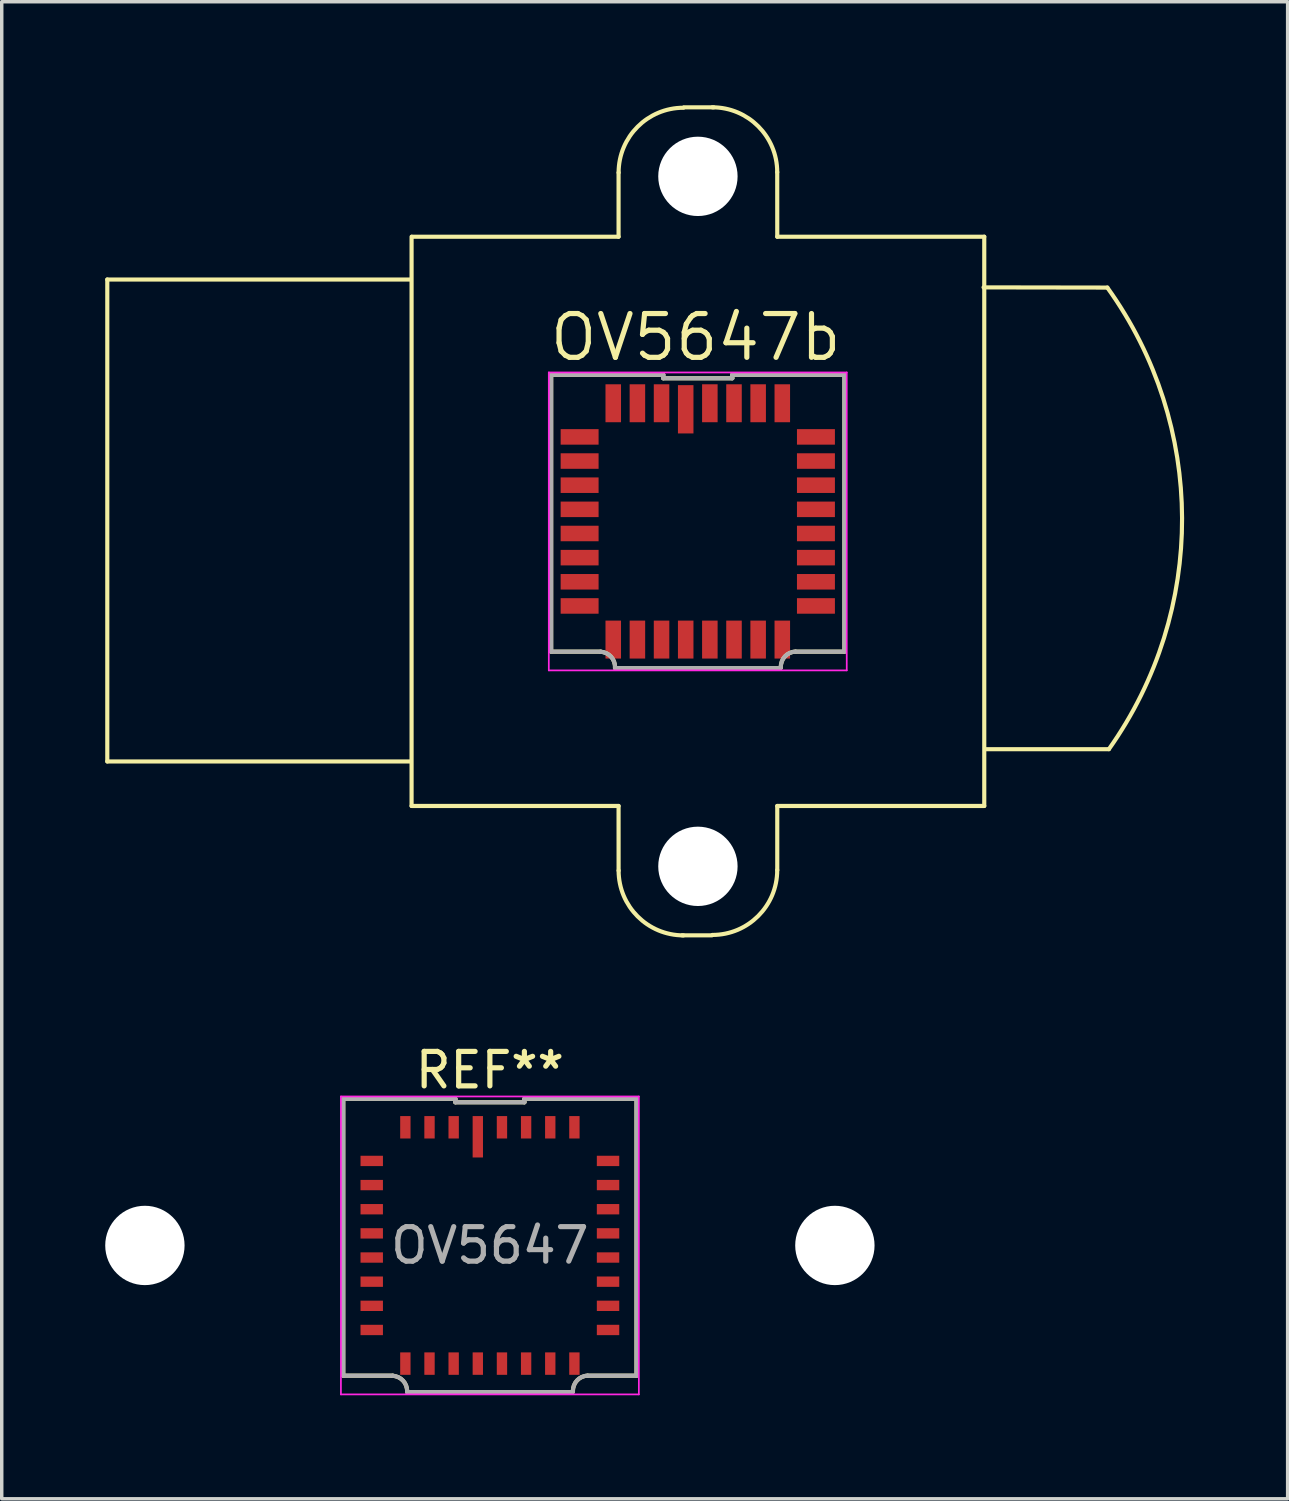
<source format=kicad_pcb>
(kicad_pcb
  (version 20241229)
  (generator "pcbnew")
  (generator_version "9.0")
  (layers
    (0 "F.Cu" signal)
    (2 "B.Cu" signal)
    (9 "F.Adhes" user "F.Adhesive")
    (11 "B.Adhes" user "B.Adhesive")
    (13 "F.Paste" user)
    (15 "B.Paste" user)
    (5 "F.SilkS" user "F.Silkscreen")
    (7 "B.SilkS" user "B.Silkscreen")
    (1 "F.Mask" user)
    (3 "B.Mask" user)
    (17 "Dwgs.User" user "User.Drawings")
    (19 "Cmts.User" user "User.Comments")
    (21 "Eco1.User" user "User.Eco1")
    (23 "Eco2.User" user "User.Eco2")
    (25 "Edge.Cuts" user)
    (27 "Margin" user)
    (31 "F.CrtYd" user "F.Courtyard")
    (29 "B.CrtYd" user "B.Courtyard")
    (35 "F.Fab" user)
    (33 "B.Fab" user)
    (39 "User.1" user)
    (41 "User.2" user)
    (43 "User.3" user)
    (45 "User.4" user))
  (footprint "OV5647"
    (layer "F.Cu")
    (at 11.15 33.051)
    (property "Reference" "OV5647" (at 0 0 0) (layer "F.Fab") (effects (font (size 1 1) (thickness 0.15))))
    (attr through_hole)
    (fp_line (start -4.25 -4.25) (end -4.25 3.775) (stroke (width 0.12) (type solid)) (layer "F.SilkS"))
    (fp_line (start -4.25 -4.25) (end -1 -4.25) (stroke (width 0.12) (type solid)) (layer "F.SilkS"))
    (fp_line (start -4.25 3.775) (end -2.814 3.775) (stroke (width 0.12) (type solid)) (layer "F.SilkS"))
    (fp_line (start -2.4 4.25) (end 2.4 4.25) (stroke (width 0.12) (type solid)) (layer "F.SilkS"))
    (fp_line (start -1 -4.15) (end -1 -4.25) (stroke (width 0.12) (type solid)) (layer "F.SilkS"))
    (fp_line (start -1 -4.15) (end 1 -4.15) (stroke (width 0.12) (type solid)) (layer "F.SilkS"))
    (fp_line (start 1 -4.25) (end 4.25 -4.25) (stroke (width 0.12) (type solid)) (layer "F.SilkS"))
    (fp_line (start 1 -4.15) (end 1 -4.25) (stroke (width 0.12) (type solid)) (layer "F.SilkS"))
    (fp_line (start 2.835 3.775) (end 4.25 3.775) (stroke (width 0.12) (type solid)) (layer "F.SilkS"))
    (fp_line (start 4.25 -4.25) (end 4.25 3.775) (stroke (width 0.12) (type solid)) (layer "F.SilkS"))
    (fp_arc (start -2.82222 3.77894) (mid -2.516219 3.920187) (end -2.39972 4.23644) (stroke (width 0.12) (type solid)) (layer "F.SilkS"))
    (fp_arc (start 2.40792 4.23164) (mid 2.524419 3.915387) (end 2.83042 3.77414) (stroke (width 0.12) (type solid)) (layer "F.SilkS"))
    (fp_line (start -4.318 -4.318) (end 4.318 -4.318) (stroke (width 0.05) (type solid)) (layer "F.CrtYd"))
    (fp_line (start -4.318 4.318) (end -4.318 -4.318) (stroke (width 0.05) (type solid)) (layer "F.CrtYd"))
    (fp_line (start 4.318 -4.318) (end 4.318 4.318) (stroke (width 0.05) (type solid)) (layer "F.CrtYd"))
    (fp_line (start 4.318 4.318) (end -4.318 4.318) (stroke (width 0.05) (type solid)) (layer "F.CrtYd"))
    (fp_line (start -4.25 -4.25) (end -4.25 3.775) (stroke (width 0.12) (type solid)) (layer "F.Fab"))
    (fp_line (start -4.25 -4.25) (end -1 -4.25) (stroke (width 0.12) (type solid)) (layer "F.Fab"))
    (fp_line (start -4.25 3.775) (end -2.814 3.775) (stroke (width 0.12) (type solid)) (layer "F.Fab"))
    (fp_line (start -2.4 4.25) (end 2.4 4.25) (stroke (width 0.12) (type solid)) (layer "F.Fab"))
    (fp_line (start -1 -4.15) (end -1 -4.25) (stroke (width 0.12) (type solid)) (layer "F.Fab"))
    (fp_line (start -1 -4.15) (end 1 -4.15) (stroke (width 0.12) (type solid)) (layer "F.Fab"))
    (fp_line (start 1 -4.25) (end 4.25 -4.25) (stroke (width 0.12) (type solid)) (layer "F.Fab"))
    (fp_line (start 1 -4.15) (end 1 -4.25) (stroke (width 0.12) (type solid)) (layer "F.Fab"))
    (fp_line (start 2.835 3.775) (end 4.25 3.775) (stroke (width 0.12) (type solid)) (layer "F.Fab"))
    (fp_line (start 4.25 -4.25) (end 4.25 3.775) (stroke (width 0.12) (type solid)) (layer "F.Fab"))
    (fp_arc (start -2.82222 3.77894) (mid -2.516219 3.920187) (end -2.39972 4.23644) (stroke (width 0.12) (type solid)) (layer "F.Fab"))
    (fp_arc (start 2.40792 4.23164) (mid 2.524419 3.915387) (end 2.83042 3.77414) (stroke (width 0.12) (type solid)) (layer "F.Fab"))
    (fp_text user "REF**" (at 0 -5.08 0) (layer "F.SilkS") (effects (font (size 1 1) (thickness 0.15))))
    (pad "" np_thru_hole circle (at -10 0) (size 2.3 2.3) (drill 2.3) (layers "*.Cu" "*.Mask"))
    (pad "" np_thru_hole circle (at 10 0) (size 2.3 2.3) (drill 2.3) (layers "*.Cu" "*.Mask"))
    (pad "1" smd rect (at -0.35 -3.15) (size 0.3 1.2) (layers "F.Cu" "F.Mask" "F.Paste"))
    (pad "2" smd rect (at -1.05 -3.425) (size 0.3 0.65) (layers "F.Cu" "F.Mask" "F.Paste"))
    (pad "3" smd rect (at -1.75 -3.425) (size 0.3 0.65) (layers "F.Cu" "F.Mask" "F.Paste"))
    (pad "4" smd rect (at -2.45 -3.425) (size 0.3 0.65) (layers "F.Cu" "F.Mask" "F.Paste"))
    (pad "5" smd rect (at -3.425 -2.45 90) (size 0.3 0.65) (layers "F.Cu" "F.Mask" "F.Paste"))
    (pad "6" smd rect (at -3.425 -1.75 90) (size 0.3 0.65) (layers "F.Cu" "F.Mask" "F.Paste"))
    (pad "7" smd rect (at -3.425 -1.05 90) (size 0.3 0.65) (layers "F.Cu" "F.Mask" "F.Paste"))
    (pad "8" smd rect (at -3.425 -0.35 90) (size 0.3 0.65) (layers "F.Cu" "F.Mask" "F.Paste"))
    (pad "9" smd rect (at -3.425 0.35 90) (size 0.3 0.65) (layers "F.Cu" "F.Mask" "F.Paste"))
    (pad "10" smd rect (at -3.425 1.05 90) (size 0.3 0.65) (layers "F.Cu" "F.Mask" "F.Paste"))
    (pad "11" smd rect (at -3.425 1.75 90) (size 0.3 0.65) (layers "F.Cu" "F.Mask" "F.Paste"))
    (pad "12" smd rect (at -3.425 2.45 90) (size 0.3 0.65) (layers "F.Cu" "F.Mask" "F.Paste"))
    (pad "13" smd rect (at -2.45 3.425) (size 0.3 0.65) (layers "F.Cu" "F.Mask" "F.Paste"))
    (pad "14" smd rect (at -1.75 3.425) (size 0.3 0.65) (layers "F.Cu" "F.Mask" "F.Paste"))
    (pad "15" smd rect (at -1.05 3.425) (size 0.3 0.65) (layers "F.Cu" "F.Mask" "F.Paste"))
    (pad "16" smd rect (at -0.35 3.425) (size 0.3 0.65) (layers "F.Cu" "F.Mask" "F.Paste"))
    (pad "17" smd rect (at 0.35 3.425) (size 0.3 0.65) (layers "F.Cu" "F.Mask" "F.Paste"))
    (pad "18" smd rect (at 1.05 3.425) (size 0.3 0.65) (layers "F.Cu" "F.Mask" "F.Paste"))
    (pad "19" smd rect (at 1.75 3.425) (size 0.3 0.65) (layers "F.Cu" "F.Mask" "F.Paste"))
    (pad "20" smd rect (at 2.45 3.425) (size 0.3 0.65) (layers "F.Cu" "F.Mask" "F.Paste"))
    (pad "21" smd rect (at 3.425 2.45 90) (size 0.3 0.65) (layers "F.Cu" "F.Mask" "F.Paste"))
    (pad "22" smd rect (at 3.425 1.75 90) (size 0.3 0.65) (layers "F.Cu" "F.Mask" "F.Paste"))
    (pad "23" smd rect (at 3.425 1.05 90) (size 0.3 0.65) (layers "F.Cu" "F.Mask" "F.Paste"))
    (pad "24" smd rect (at 3.425 0.35 90) (size 0.3 0.65) (layers "F.Cu" "F.Mask" "F.Paste"))
    (pad "25" smd rect (at 3.425 -0.35 90) (size 0.3 0.65) (layers "F.Cu" "F.Mask" "F.Paste"))
    (pad "26" smd rect (at 3.425 -1.05 90) (size 0.3 0.65) (layers "F.Cu" "F.Mask" "F.Paste"))
    (pad "27" smd rect (at 3.425 -1.75 90) (size 0.3 0.65) (layers "F.Cu" "F.Mask" "F.Paste"))
    (pad "28" smd rect (at 3.425 -2.45 90) (size 0.3 0.65) (layers "F.Cu" "F.Mask" "F.Paste"))
    (pad "29" smd rect (at 2.45 -3.425) (size 0.3 0.65) (layers "F.Cu" "F.Mask" "F.Paste"))
    (pad "30" smd rect (at 1.75 -3.425) (size 0.3 0.65) (layers "F.Cu" "F.Mask" "F.Paste"))
    (pad "31" smd rect (at 1.05 -3.425) (size 0.3 0.65) (layers "F.Cu" "F.Mask" "F.Paste"))
    (pad "32" smd rect (at 0.35 -3.425) (size 0.3 0.65) (layers "F.Cu" "F.Mask" "F.Paste")))
  (footprint "OV5647b"
    (layer "F.Cu")
    (at 17.18 12.062)
    (property "Reference" "OV5647b" (at -0.064 -5.334 0) (layer "F.SilkS") (effects (font (size 1.27 1.27) (thickness 0.15))))
    (attr smd)
    (fp_line (start -17.12 -7.01) (end -17.12 6.96) (stroke (width 0.12) (type solid)) (layer "F.SilkS"))
    (fp_line (start -17.12 -7.01) (end -8.331 -7.01) (stroke (width 0.12) (type solid)) (layer "F.SilkS"))
    (fp_line (start -17.12 6.96) (end -8.331 6.96) (stroke (width 0.12) (type solid)) (layer "F.SilkS"))
    (fp_line (start -8.3 8.25) (end -8.3 -8.25) (stroke (width 0.12) (type solid)) (layer "F.SilkS"))
    (fp_line (start -4.254 -4.248) (end -4.254 3.777) (stroke (width 0.12) (type solid)) (layer "F.SilkS"))
    (fp_line (start -4.254 -4.248) (end -1.004 -4.248) (stroke (width 0.12) (type solid)) (layer "F.SilkS"))
    (fp_line (start -4.254 3.777) (end -2.818 3.777) (stroke (width 0.12) (type solid)) (layer "F.SilkS"))
    (fp_line (start -2.404 4.252) (end 2.396 4.252) (stroke (width 0.12) (type solid)) (layer "F.SilkS"))
    (fp_line (start -2.3 -8.25) (end -8.287 -8.25) (stroke (width 0.12) (type solid)) (layer "F.SilkS"))
    (fp_line (start -2.3 -8.25) (end -2.3 -10.109) (stroke (width 0.12) (type solid)) (layer "F.SilkS"))
    (fp_line (start -2.3 8.25) (end -8.3 8.25) (stroke (width 0.12) (type solid)) (layer "F.SilkS"))
    (fp_line (start -2.3 8.25) (end -2.299 10.122) (stroke (width 0.12) (type solid)) (layer "F.SilkS"))
    (fp_line (start -1.004 -4.148) (end -1.004 -4.248) (stroke (width 0.12) (type solid)) (layer "F.SilkS"))
    (fp_line (start -1.004 -4.148) (end 0.996 -4.148) (stroke (width 0.12) (type solid)) (layer "F.SilkS"))
    (fp_line (start -0.406 -12) (end 0.457 -12) (stroke (width 0.12) (type solid)) (layer "F.SilkS"))
    (fp_line (start 0.406 12) (end -0.457 12) (stroke (width 0.12) (type solid)) (layer "F.SilkS"))
    (fp_line (start 0.996 -4.248) (end 4.246 -4.248) (stroke (width 0.12) (type solid)) (layer "F.SilkS"))
    (fp_line (start 0.996 -4.148) (end 0.996 -4.248) (stroke (width 0.12) (type solid)) (layer "F.SilkS"))
    (fp_line (start 2.3 -8.25) (end 2.299 -10.122) (stroke (width 0.12) (type solid)) (layer "F.SilkS"))
    (fp_line (start 2.3 8.25) (end 2.3 10.109) (stroke (width 0.12) (type solid)) (layer "F.SilkS"))
    (fp_line (start 2.831 3.777) (end 4.246 3.777) (stroke (width 0.12) (type solid)) (layer "F.SilkS"))
    (fp_line (start 4.246 -4.248) (end 4.246 3.777) (stroke (width 0.12) (type solid)) (layer "F.SilkS"))
    (fp_line (start 8.3 -8.25) (end 2.3 -8.25) (stroke (width 0.12) (type solid)) (layer "F.SilkS"))
    (fp_line (start 8.3 -8.25) (end 8.3 8.25) (stroke (width 0.12) (type solid)) (layer "F.SilkS"))
    (fp_line (start 8.3 8.25) (end 2.3 8.25) (stroke (width 0.12) (type solid)) (layer "F.SilkS"))
    (fp_line (start 11.868 -6.776) (end 8.28 -6.782) (stroke (width 0.12) (type solid)) (layer "F.SilkS"))
    (fp_line (start 11.913 6.604) (end 8.331 6.604) (stroke (width 0.12) (type solid)) (layer "F.SilkS"))
    (fp_arc (start -2.825798 3.780536) (mid -2.519797 3.921783) (end -2.403298 4.238036) (stroke (width 0.12) (type solid)) (layer "F.SilkS"))
    (fp_arc (start -2.2987 -10.1092) (mid -1.748178 -11.438278) (end -0.4191 -11.9888) (stroke (width 0.12) (type solid)) (layer "F.SilkS"))
    (fp_arc (start -0.4191 12.0015) (mid -1.748178 11.450978) (end -2.2987 10.1219) (stroke (width 0.12) (type solid)) (layer "F.SilkS"))
    (fp_arc (start 0.4191 -12.0015) (mid 1.748178 -11.450978) (end 2.2987 -10.1219) (stroke (width 0.12) (type solid)) (layer "F.SilkS"))
    (fp_arc (start 2.2987 10.1092) (mid 1.748178 11.438278) (end 0.4191 11.9888) (stroke (width 0.12) (type solid)) (layer "F.SilkS"))
    (fp_arc (start 2.404342 4.233236) (mid 2.520841 3.916983) (end 2.826842 3.775736) (stroke (width 0.12) (type solid)) (layer "F.SilkS"))
    (fp_arc (start 11.867752 -6.775834) (mid 14.03397 -0.093103) (end 11.9126 6.604) (stroke (width 0.12) (type solid)) (layer "F.SilkS"))
    (fp_line (start -1.02 0.002) (end 0.885 0.002) (stroke (width 0.05) (type solid)) (layer "Eco1.User"))
    (fp_line (start -0.004 -0.887) (end -0.004 0.891) (stroke (width 0.05) (type solid)) (layer "Eco1.User"))
    (fp_line (start -4.322 -4.316) (end 4.314 -4.316) (stroke (width 0.05) (type solid)) (layer "F.CrtYd"))
    (fp_line (start -4.322 4.32) (end -4.322 -4.316) (stroke (width 0.05) (type solid)) (layer "F.CrtYd"))
    (fp_line (start 4.314 -4.316) (end 4.314 4.32) (stroke (width 0.05) (type solid)) (layer "F.CrtYd"))
    (fp_line (start 4.314 4.32) (end -4.322 4.32) (stroke (width 0.05) (type solid)) (layer "F.CrtYd"))
    (fp_line (start -4.254 -4.248) (end -4.254 3.777) (stroke (width 0.12) (type solid)) (layer "F.Fab"))
    (fp_line (start -4.254 -4.248) (end -1.004 -4.248) (stroke (width 0.12) (type solid)) (layer "F.Fab"))
    (fp_line (start -4.254 3.777) (end -2.818 3.777) (stroke (width 0.12) (type solid)) (layer "F.Fab"))
    (fp_line (start -2.404 4.252) (end 2.396 4.252) (stroke (width 0.12) (type solid)) (layer "F.Fab"))
    (fp_line (start -1.004 -4.148) (end -1.004 -4.248) (stroke (width 0.12) (type solid)) (layer "F.Fab"))
    (fp_line (start -1.004 -4.148) (end 0.996 -4.148) (stroke (width 0.12) (type solid)) (layer "F.Fab"))
    (fp_line (start 0.996 -4.248) (end 4.246 -4.248) (stroke (width 0.12) (type solid)) (layer "F.Fab"))
    (fp_line (start 0.996 -4.148) (end 0.996 -4.248) (stroke (width 0.12) (type solid)) (layer "F.Fab"))
    (fp_line (start 2.831 3.777) (end 4.246 3.777) (stroke (width 0.12) (type solid)) (layer "F.Fab"))
    (fp_line (start 4.246 -4.248) (end 4.246 3.777) (stroke (width 0.12) (type solid)) (layer "F.Fab"))
    (fp_arc (start -2.825798 3.780536) (mid -2.519797 3.921783) (end -2.403298 4.238036) (stroke (width 0.12) (type solid)) (layer "F.Fab"))
    (fp_arc (start 2.404342 4.233236) (mid 2.520841 3.916983) (end 2.826842 3.775736) (stroke (width 0.12) (type solid)) (layer "F.Fab"))
    (pad "" np_thru_hole circle (at 0 -10 90) (size 2.3 2.3) (drill 2.3) (layers "*.Cu" "*.Mask"))
    (pad "" np_thru_hole circle (at 0 10 270) (size 2.3 2.3) (drill 2.3) (layers "*.Cu" "*.Mask"))
    (pad "1" smd rect (at -0.354 -3.248) (size 0.45 1.4) (layers "F.Cu" "F.Mask" "F.Paste"))
    (pad "2" smd rect (at -1.054 -3.423) (size 0.45 1.1) (layers "F.Cu" "F.Mask" "F.Paste"))
    (pad "3" smd rect (at -1.754 -3.423) (size 0.45 1.1) (layers "F.Cu" "F.Mask" "F.Paste"))
    (pad "4" smd rect (at -2.454 -3.423) (size 0.45 1.1) (layers "F.Cu" "F.Mask" "F.Paste"))
    (pad "5" smd rect (at -3.429 -2.448 90) (size 0.45 1.1) (layers "F.Cu" "F.Mask" "F.Paste"))
    (pad "6" smd rect (at -3.429 -1.748 90) (size 0.45 1.1) (layers "F.Cu" "F.Mask" "F.Paste"))
    (pad "7" smd rect (at -3.429 -1.048 90) (size 0.45 1.1) (layers "F.Cu" "F.Mask" "F.Paste"))
    (pad "8" smd rect (at -3.429 -0.348 90) (size 0.45 1.1) (layers "F.Cu" "F.Mask" "F.Paste"))
    (pad "9" smd rect (at -3.429 0.352 90) (size 0.45 1.1) (layers "F.Cu" "F.Mask" "F.Paste"))
    (pad "10" smd rect (at -3.429 1.052 90) (size 0.45 1.1) (layers "F.Cu" "F.Mask" "F.Paste"))
    (pad "11" smd rect (at -3.429 1.752 90) (size 0.45 1.1) (layers "F.Cu" "F.Mask" "F.Paste"))
    (pad "12" smd rect (at -3.429 2.452 90) (size 0.45 1.1) (layers "F.Cu" "F.Mask" "F.Paste"))
    (pad "13" smd rect (at -2.454 3.427) (size 0.45 1.1) (layers "F.Cu" "F.Mask" "F.Paste"))
    (pad "14" smd rect (at -1.754 3.427) (size 0.45 1.1) (layers "F.Cu" "F.Mask" "F.Paste"))
    (pad "15" smd rect (at -1.054 3.427) (size 0.45 1.1) (layers "F.Cu" "F.Mask" "F.Paste"))
    (pad "16" smd rect (at -0.354 3.427) (size 0.45 1.1) (layers "F.Cu" "F.Mask" "F.Paste"))
    (pad "17" smd rect (at 0.346 3.427) (size 0.45 1.1) (layers "F.Cu" "F.Mask" "F.Paste"))
    (pad "18" smd rect (at 1.046 3.427) (size 0.45 1.1) (layers "F.Cu" "F.Mask" "F.Paste"))
    (pad "19" smd rect (at 1.746 3.427) (size 0.45 1.1) (layers "F.Cu" "F.Mask" "F.Paste"))
    (pad "20" smd rect (at 2.446 3.427) (size 0.45 1.1) (layers "F.Cu" "F.Mask" "F.Paste"))
    (pad "21" smd rect (at 3.421 2.452 90) (size 0.45 1.1) (layers "F.Cu" "F.Mask" "F.Paste"))
    (pad "22" smd rect (at 3.421 1.752 90) (size 0.45 1.1) (layers "F.Cu" "F.Mask" "F.Paste"))
    (pad "23" smd rect (at 3.421 1.052 90) (size 0.45 1.1) (layers "F.Cu" "F.Mask" "F.Paste"))
    (pad "24" smd rect (at 3.421 0.352 90) (size 0.45 1.1) (layers "F.Cu" "F.Mask" "F.Paste"))
    (pad "25" smd rect (at 3.421 -0.348 90) (size 0.45 1.1) (layers "F.Cu" "F.Mask" "F.Paste"))
    (pad "26" smd rect (at 3.421 -1.048 90) (size 0.45 1.1) (layers "F.Cu" "F.Mask" "F.Paste"))
    (pad "27" smd rect (at 3.421 -1.748 90) (size 0.45 1.1) (layers "F.Cu" "F.Mask" "F.Paste"))
    (pad "28" smd rect (at 3.421 -2.448 90) (size 0.45 1.1) (layers "F.Cu" "F.Mask" "F.Paste"))
    (pad "29" smd rect (at 2.446 -3.423) (size 0.45 1.1) (layers "F.Cu" "F.Mask" "F.Paste"))
    (pad "30" smd rect (at 1.746 -3.423) (size 0.45 1.1) (layers "F.Cu" "F.Mask" "F.Paste"))
    (pad "31" smd rect (at 1.046 -3.423) (size 0.45 1.1) (layers "F.Cu" "F.Mask" "F.Paste"))
    (pad "32" smd rect (at 0.346 -3.423) (size 0.45 1.1) (layers "F.Cu" "F.Mask" "F.Paste")))
  (gr_rect
    (start -3 -3)
    (end 34.274 40.394)
    (stroke (width 0.1) (type default))
    (fill no)
    (layer "Edge.Cuts")))
</source>
